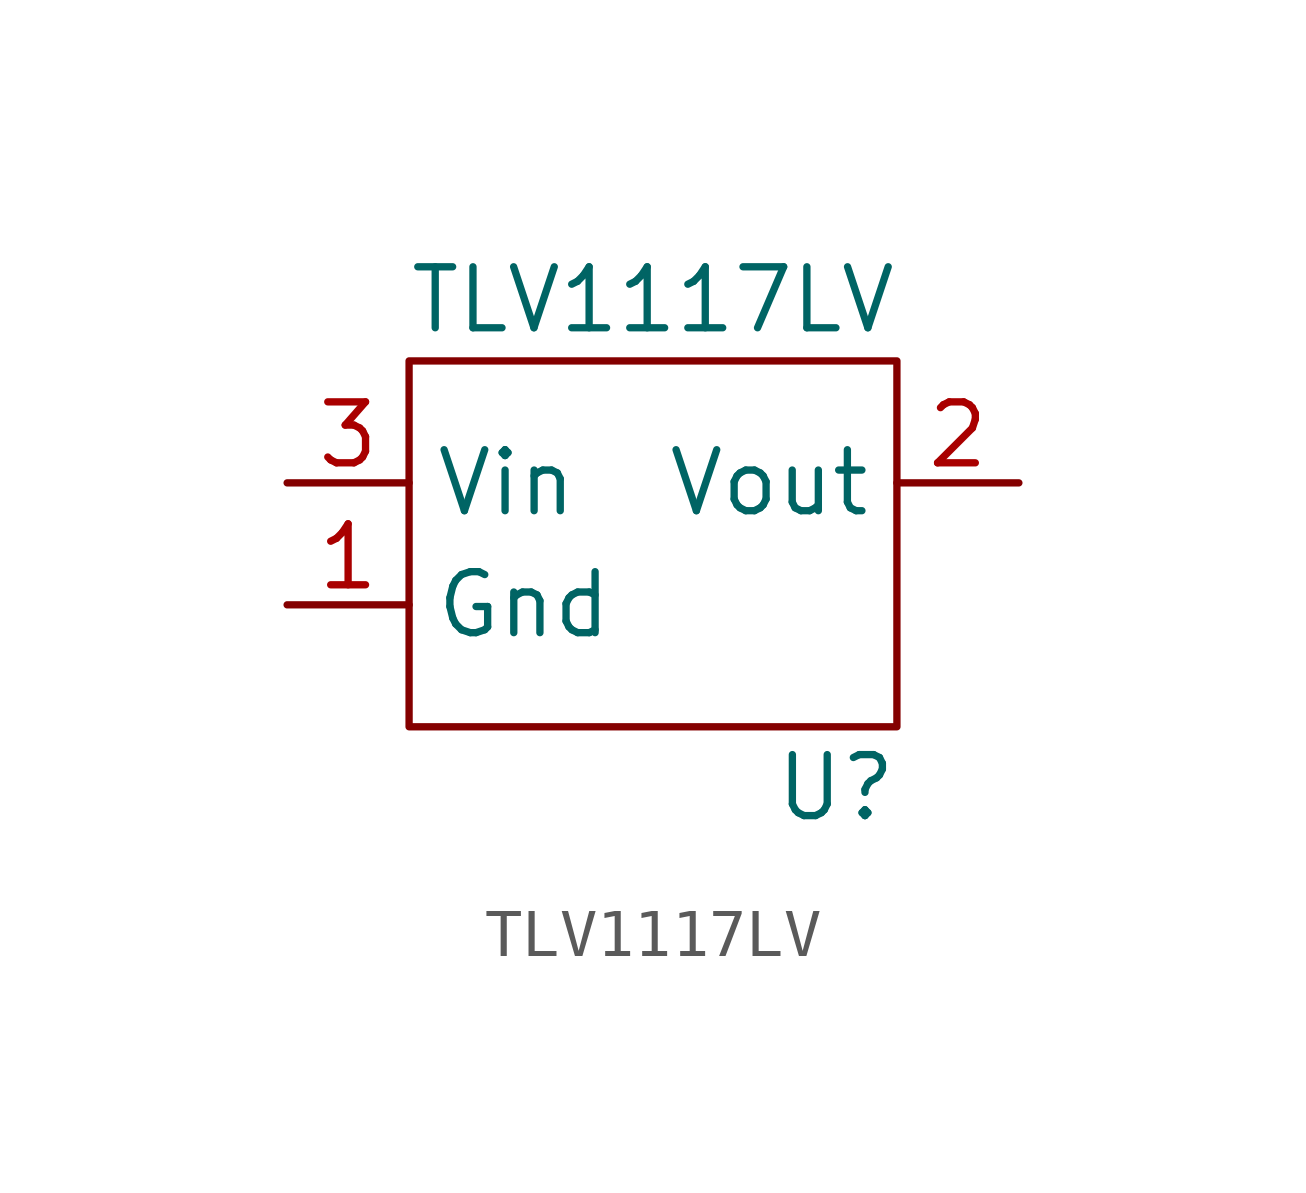
<source format=kicad_sym>
(kicad_symbol_lib
  (version 20211014)
  (generator kicad_symbol_editor)
  (symbol "TLV1117LV"
    (property "Reference" "U"
      (at 8.89 -1.27 0)
      (effects (font (size 1.27 1.27))))
    (property "Value" "TLV1117LV"
      (at 5.08 8.89 0)
      (effects (font (size 1.27 1.27))))
    (symbol "TLV1117LV_0_1"
      (rectangle (start 0 7.62) (end 10.16 0) (stroke (width 0) (type default) (color 0 0 0 0)) (fill (type none))))
    (symbol "TLV1117LV_1_1"
      (pin power_in line (at -2.54 2.54 0) (length 2.54) (name "Gnd" (effects (font (size 1.27 1.27)))) (number "1" (effects (font (size 1.27 1.27)))))
      (pin power_out line (at 12.7 5.08 180) (length 2.54) (name "Vout" (effects (font (size 1.27 1.27)))) (number "2" (effects (font (size 1.27 1.27)))))
      (pin power_in line (at -2.54 5.08 0) (length 2.54) (name "Vin" (effects (font (size 1.27 1.27)))) (number "3" (effects (font (size 1.27 1.27))))))))
</source>
